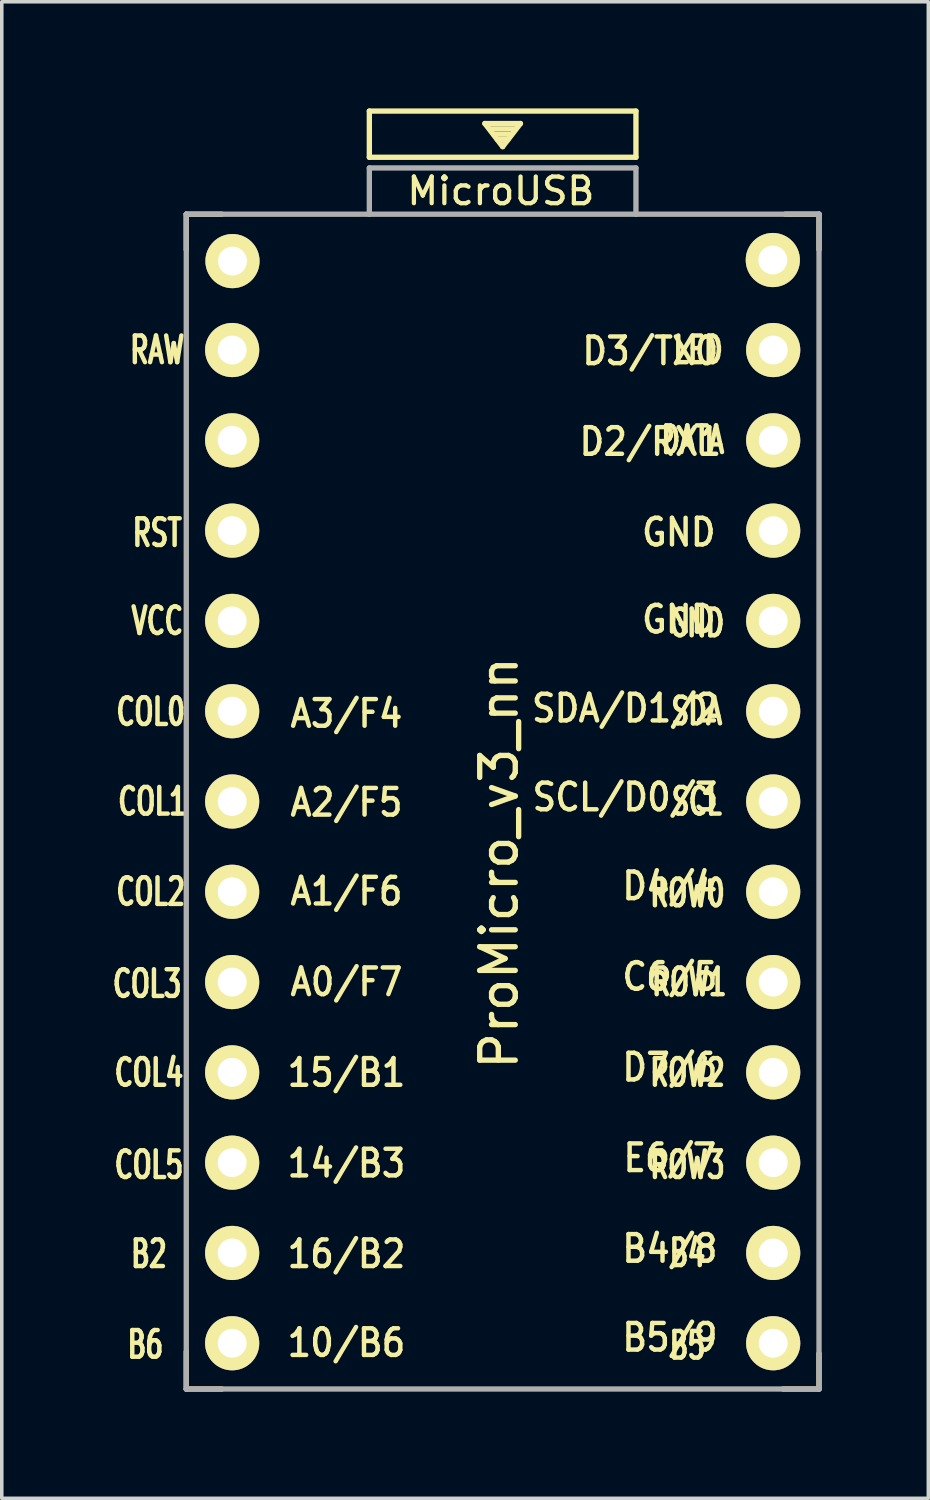
<source format=kicad_pcb>
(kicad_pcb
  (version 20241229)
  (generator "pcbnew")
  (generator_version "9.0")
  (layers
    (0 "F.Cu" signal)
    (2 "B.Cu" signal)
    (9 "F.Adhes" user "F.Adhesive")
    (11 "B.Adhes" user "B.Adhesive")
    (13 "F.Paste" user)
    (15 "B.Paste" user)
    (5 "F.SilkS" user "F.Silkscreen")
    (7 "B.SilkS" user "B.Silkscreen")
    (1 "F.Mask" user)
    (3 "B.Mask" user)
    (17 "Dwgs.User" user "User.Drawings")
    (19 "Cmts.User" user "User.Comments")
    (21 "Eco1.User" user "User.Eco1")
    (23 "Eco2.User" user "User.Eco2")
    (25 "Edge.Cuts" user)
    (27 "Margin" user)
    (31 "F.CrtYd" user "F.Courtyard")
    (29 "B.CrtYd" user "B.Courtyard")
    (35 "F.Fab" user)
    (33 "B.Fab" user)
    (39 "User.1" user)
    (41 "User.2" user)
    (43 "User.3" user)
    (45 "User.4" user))
  (footprint "ProMicro_v3_nn"
    (layer "F.Cu")
    (at 11.09 21.275)
    (property "Reference" "ProMicro_v3_nn" (at -0.1 -0.05 270) (layer "F.SilkS") (effects (font (size 1 1) (thickness 0.15))))
    (attr through_hole)
    (fp_line (start -8.9 -18.3) (end -8.9 -17.3) (stroke (width 0.15) (type solid)) (layer "F.SilkS"))
    (fp_line (start -8.9 -18.3) (end -7.9 -18.3) (stroke (width 0.15) (type solid)) (layer "F.SilkS"))
    (fp_line (start -8.9 13.7) (end -8.9 14.75) (stroke (width 0.15) (type solid)) (layer "F.SilkS"))
    (fp_line (start -8.9 14.75) (end -7.9 14.75) (stroke (width 0.15) (type solid)) (layer "F.SilkS"))
    (fp_line (start -3.75 -21.2) (end -3.75 -19.9) (stroke (width 0.15) (type solid)) (layer "F.SilkS"))
    (fp_line (start -3.75 -19.9) (end 3.75 -19.9) (stroke (width 0.15) (type solid)) (layer "F.SilkS"))
    (fp_line (start -0.5 -20.85) (end 0.5 -20.85) (stroke (width 0.15) (type solid)) (layer "F.SilkS"))
    (fp_line (start -0.35 -20.7) (end 0.35 -20.7) (stroke (width 0.15) (type solid)) (layer "F.SilkS"))
    (fp_line (start -0.25 -20.55) (end 0.25 -20.55) (stroke (width 0.15) (type solid)) (layer "F.SilkS"))
    (fp_line (start -0.15 -20.4) (end 0.15 -20.4) (stroke (width 0.15) (type solid)) (layer "F.SilkS"))
    (fp_line (start 0 -20.2) (end -0.5 -20.85) (stroke (width 0.15) (type solid)) (layer "F.SilkS"))
    (fp_line (start 0.5 -20.85) (end 0 -20.2) (stroke (width 0.15) (type solid)) (layer "F.SilkS"))
    (fp_line (start 3.75 -21.2) (end -3.75 -21.2) (stroke (width 0.15) (type solid)) (layer "F.SilkS"))
    (fp_line (start 3.75 -19.9) (end 3.75 -21.2) (stroke (width 0.15) (type solid)) (layer "F.SilkS"))
    (fp_line (start 8.9 -18.3) (end 7.95 -18.3) (stroke (width 0.15) (type solid)) (layer "F.SilkS"))
    (fp_line (start 8.9 -18.3) (end 8.9 -17.3) (stroke (width 0.15) (type solid)) (layer "F.SilkS"))
    (fp_line (start 8.9 13.75) (end 8.9 14.75) (stroke (width 0.15) (type solid)) (layer "F.SilkS"))
    (fp_line (start 8.9 14.75) (end 7.89 14.75) (stroke (width 0.15) (type solid)) (layer "F.SilkS"))
    (fp_line (start -8.9 -18.3) (end -3.75 -18.3) (stroke (width 0.15) (type solid)) (layer "F.Fab"))
    (fp_line (start -8.9 14.75) (end -8.9 -18.3) (stroke (width 0.15) (type solid)) (layer "F.Fab"))
    (fp_line (start -3.75 -19.6) (end -3.75 -18.299) (stroke (width 0.15) (type solid)) (layer "F.Fab"))
    (fp_line (start -3.75 -19.6) (end 3.75 -19.6) (stroke (width 0.15) (type solid)) (layer "F.Fab"))
    (fp_line (start -3.75 -18.3) (end 3.75 -18.3) (stroke (width 0.15) (type solid)) (layer "F.Fab"))
    (fp_line (start 3.75 -19.6) (end 3.75 -18.3) (stroke (width 0.15) (type solid)) (layer "F.Fab"))
    (fp_line (start 3.76 -18.3) (end 8.9 -18.3) (stroke (width 0.15) (type solid)) (layer "F.Fab"))
    (fp_line (start 8.9 -18.3) (end 8.9 14.75) (stroke (width 0.15) (type solid)) (layer "F.Fab"))
    (fp_line (start 8.9 14.75) (end -8.9 14.75) (stroke (width 0.15) (type solid)) (layer "F.Fab"))
    (fp_text user "B2" (at -9.95 10.95 0) (layer "F.SilkS") (effects (font (size 0.75 0.5) (thickness 0.125))))
    (fp_text user "DATA" (at 5.35 -11.95 0) (layer "F.SilkS") (effects (font (size 0.75 0.5) (thickness 0.125))))
    (fp_text user "SDA" (at 5.461 -4.318 0) (layer "F.SilkS") (effects (font (size 0.75 0.5) (thickness 0.125))))
    (fp_text user "COL3" (at -10 3.35 0) (layer "F.SilkS") (effects (font (size 0.75 0.5) (thickness 0.125))))
    (fp_text user "MicroUSB" (at -0.05 -18.95 0) (layer "F.SilkS") (effects (font (size 0.75 0.75) (thickness 0.12))))
    (fp_text user "SCL/D0/3" (at 3.455 -1.9 0) (unlocked yes) (layer "F.SilkS") (effects (font (size 0.75 0.67) (thickness 0.125))))
    (fp_text user "A2/F5" (at -4.395 -1.75 0) (unlocked yes) (layer "F.SilkS") (effects (font (size 0.75 0.67) (thickness 0.125))))
    (fp_text user "SDA/D1/2" (at 3.455 -4.4 0) (unlocked yes) (layer "F.SilkS") (effects (font (size 0.75 0.67) (thickness 0.125))))
    (fp_text user "B4/8" (at 4.705 10.8 0) (unlocked yes) (layer "F.SilkS") (effects (font (size 0.75 0.67) (thickness 0.125))))
    (fp_text user "D3/TX0" (at 4.155 -14.45 0) (unlocked yes) (layer "F.SilkS") (effects (font (size 0.75 0.67) (thickness 0.125))))
    (fp_text user "COL0" (at -9.9 -4.3 0) (layer "F.SilkS") (effects (font (size 0.75 0.5) (thickness 0.125))))
    (fp_text user "SCL" (at 5.461 -1.778 0) (layer "F.SilkS") (effects (font (size 0.75 0.5) (thickness 0.125))))
    (fp_text user "C6/5" (at 4.705 3.15 0) (unlocked yes) (layer "F.SilkS") (effects (font (size 0.75 0.67) (thickness 0.125))))
    (fp_text user "COL4" (at -9.95 5.85 0) (layer "F.SilkS") (effects (font (size 0.75 0.5) (thickness 0.125))))
    (fp_text user "B4" (at 5.2 10.922 0) (layer "F.SilkS") (effects (font (size 0.75 0.5) (thickness 0.125))))
    (fp_text user "COL5" (at -9.95 8.445 0) (layer "F.SilkS") (effects (font (size 0.75 0.5) (thickness 0.125))))
    (fp_text user "A3/F4" (at -4.395 -4.25 0) (unlocked yes) (layer "F.SilkS") (effects (font (size 0.75 0.67) (thickness 0.125))))
    (fp_text user "ROW2" (at 5.2 5.85 0) (layer "F.SilkS") (effects (font (size 0.75 0.5) (thickness 0.125))))
    (fp_text user "15/B1" (at -4.395 5.85 0) (unlocked yes) (layer "F.SilkS") (effects (font (size 0.75 0.67) (thickness 0.125))))
    (fp_text user "ROW0" (at 5.2 0.8 0) (layer "F.SilkS") (effects (font (size 0.75 0.5) (thickness 0.125))))
    (fp_text user "B5" (at 5.2 13.525 0) (layer "F.SilkS") (effects (font (size 0.75 0.5) (thickness 0.125))))
    (fp_text user "VCC" (at -9.716 -6.858 0) (unlocked yes) (layer "F.SilkS") (effects (font (size 0.75 0.5) (thickness 0.125))))
    (fp_text user "B5/9" (at 4.705 13.3 0) (unlocked yes) (layer "F.SilkS") (effects (font (size 0.75 0.67) (thickness 0.125))))
    (fp_text user "RST" (at -9.716 -9.335 0) (unlocked yes) (layer "F.SilkS") (effects (font (size 0.75 0.5) (thickness 0.125))))
    (fp_text user "GND" (at 4.955 -9.35 0) (unlocked yes) (layer "F.SilkS") (effects (font (size 0.75 0.67) (thickness 0.125))))
    (fp_text user "COL1" (at -9.85 -1.778 0) (layer "F.SilkS") (effects (font (size 0.75 0.5) (thickness 0.125))))
    (fp_text user "D2/RX1" (at 4.155 -11.9 0) (unlocked yes) (layer "F.SilkS") (effects (font (size 0.75 0.67) (thickness 0.125))))
    (fp_text user "GND" (at 5.461 -6.795 0) (unlocked yes) (layer "F.SilkS") (effects (font (size 0.75 0.5) (thickness 0.125))))
    (fp_text user "ROW3" (at 5.2 8.445 0) (layer "F.SilkS") (effects (font (size 0.75 0.5) (thickness 0.125))))
    (fp_text user "14/B3" (at -4.395 8.4 0) (unlocked yes) (layer "F.SilkS") (effects (font (size 0.75 0.67) (thickness 0.125))))
    (fp_text user "10/B6" (at -4.395 13.45 0) (unlocked yes) (layer "F.SilkS") (effects (font (size 0.75 0.67) (thickness 0.125))))
    (fp_text user "B6" (at -10.05 13.5 0) (layer "F.SilkS") (effects (font (size 0.75 0.5) (thickness 0.125))))
    (fp_text user "A1/F6" (at -4.395 0.75 0) (unlocked yes) (layer "F.SilkS") (effects (font (size 0.75 0.67) (thickness 0.125))))
    (fp_text user "GND" (at 4.955 -6.9 0) (unlocked yes) (layer "F.SilkS") (effects (font (size 0.75 0.67) (thickness 0.125))))
    (fp_text user "D7/6" (at 4.705 5.7 0) (unlocked yes) (layer "F.SilkS") (effects (font (size 0.75 0.67) (thickness 0.125))))
    (fp_text user "D4/4" (at 4.705 0.6 0) (unlocked yes) (layer "F.SilkS") (effects (font (size 0.75 0.67) (thickness 0.125))))
    (fp_text user "E6/7" (at 4.705 8.25 0) (unlocked yes) (layer "F.SilkS") (effects (font (size 0.75 0.67) (thickness 0.125))))
    (fp_text user "LED" (at 5.5 -14.478 0) (layer "F.SilkS") (effects (font (size 0.75 0.5) (thickness 0.125))))
    (fp_text user "16/B2" (at -4.395 10.95 0) (unlocked yes) (layer "F.SilkS") (effects (font (size 0.75 0.67) (thickness 0.125))))
    (fp_text user "A0/F7" (at -4.395 3.3 0) (unlocked yes) (layer "F.SilkS") (effects (font (size 0.75 0.67) (thickness 0.125))))
    (fp_text user "" (at -0.545 -17.4 0) (layer "F.SilkS") (effects (font (size 1 1) (thickness 0.15))))
    (fp_text user "ROW1" (at 5.25 3.302 0) (layer "F.SilkS") (effects (font (size 0.75 0.5) (thickness 0.125))))
    (fp_text user "RAW" (at -9.716 -14.478 0) (unlocked yes) (layer "F.SilkS") (effects (font (size 0.75 0.5) (thickness 0.125))))
    (fp_text user "COL2" (at -9.9 0.762 0) (layer "F.SilkS") (effects (font (size 0.75 0.5) (thickness 0.125))))
    (fp_text user "" (at -1.206 -16.256 0) (layer "B.SilkS") (effects (font (size 1 1) (thickness 0.15)) (justify mirror)))
    (pad "1" thru_hole circle (at 7.611 -14.478) (size 1.524 1.524) (drill 0.813) (layers "*.Cu" "*.Mask" "F.SilkS"))
    (pad "2" thru_hole circle (at 7.611 -11.938) (size 1.524 1.524) (drill 0.813) (layers "*.Cu" "*.Mask" "F.SilkS"))
    (pad "3" thru_hole circle (at 7.611 -9.398) (size 1.524 1.524) (drill 0.813) (layers "*.Cu" "*.Mask" "F.SilkS"))
    (pad "4" thru_hole circle (at 7.611 -6.858) (size 1.524 1.524) (drill 0.813) (layers "*.Cu" "*.Mask" "F.SilkS"))
    (pad "5" thru_hole circle (at 7.611 -4.318) (size 1.524 1.524) (drill 0.813) (layers "*.Cu" "*.Mask" "F.SilkS"))
    (pad "6" thru_hole circle (at 7.611 -1.778) (size 1.524 1.524) (drill 0.813) (layers "*.Cu" "*.Mask" "F.SilkS"))
    (pad "7" thru_hole circle (at 7.611 0.762) (size 1.524 1.524) (drill 0.813) (layers "*.Cu" "*.Mask" "F.SilkS"))
    (pad "8" thru_hole circle (at 7.611 3.302) (size 1.524 1.524) (drill 0.813) (layers "*.Cu" "*.Mask" "F.SilkS"))
    (pad "9" thru_hole circle (at 7.611 5.842) (size 1.524 1.524) (drill 0.813) (layers "*.Cu" "*.Mask" "F.SilkS"))
    (pad "10" thru_hole circle (at 7.611 8.382) (size 1.524 1.524) (drill 0.813) (layers "*.Cu" "*.Mask" "F.SilkS"))
    (pad "11" thru_hole circle (at 7.611 10.922) (size 1.524 1.524) (drill 0.813) (layers "*.Cu" "*.Mask" "F.SilkS"))
    (pad "12" thru_hole circle (at 7.611 13.462) (size 1.524 1.524) (drill 0.813) (layers "*.Cu" "*.Mask" "F.SilkS"))
    (pad "13" thru_hole circle (at -7.609 13.462) (size 1.524 1.524) (drill 0.813) (layers "*.Cu" "*.Mask" "F.SilkS"))
    (pad "14" thru_hole circle (at -7.609 10.922) (size 1.524 1.524) (drill 0.813) (layers "*.Cu" "*.Mask" "F.SilkS"))
    (pad "15" thru_hole circle (at -7.609 8.382) (size 1.524 1.524) (drill 0.813) (layers "*.Cu" "*.Mask" "F.SilkS"))
    (pad "16" thru_hole circle (at -7.609 5.842) (size 1.524 1.524) (drill 0.813) (layers "*.Cu" "*.Mask" "F.SilkS"))
    (pad "17" thru_hole circle (at -7.609 3.302) (size 1.524 1.524) (drill 0.813) (layers "*.Cu" "*.Mask" "F.SilkS"))
    (pad "18" thru_hole circle (at -7.609 0.762) (size 1.524 1.524) (drill 0.813) (layers "*.Cu" "*.Mask" "F.SilkS"))
    (pad "19" thru_hole circle (at -7.609 -1.778) (size 1.524 1.524) (drill 0.813) (layers "*.Cu" "*.Mask" "F.SilkS"))
    (pad "20" thru_hole circle (at -7.609 -4.318) (size 1.524 1.524) (drill 0.813) (layers "*.Cu" "*.Mask" "F.SilkS"))
    (pad "21" thru_hole circle (at -7.609 -6.858) (size 1.524 1.524) (drill 0.813) (layers "*.Cu" "*.Mask" "F.SilkS"))
    (pad "22" thru_hole circle (at -7.609 -9.398) (size 1.524 1.524) (drill 0.813) (layers "*.Cu" "*.Mask" "F.SilkS"))
    (pad "23" thru_hole circle (at -7.609 -11.938) (size 1.524 1.524) (drill 0.813) (layers "*.Cu" "*.Mask" "F.SilkS"))
    (pad "24" thru_hole circle (at -7.609 -14.478) (size 1.524 1.524) (drill 0.813) (layers "*.Cu" "*.Mask" "F.SilkS"))
    (pad "B" thru_hole circle (at -7.6 -16.98) (size 1.524 1.524) (drill 0.813) (layers "*.Cu" "*.Mask" "F.SilkS"))
    (pad "B1" thru_hole circle (at 7.6 -17.01) (size 1.524 1.524) (drill 0.813) (layers "*.Cu" "*.Mask" "F.SilkS")))
  (gr_rect
    (start -3 -3)
    (end 23.065 39.1)
    (stroke (width 0.1) (type default))
    (fill no)
    (layer "Edge.Cuts")))
</source>
